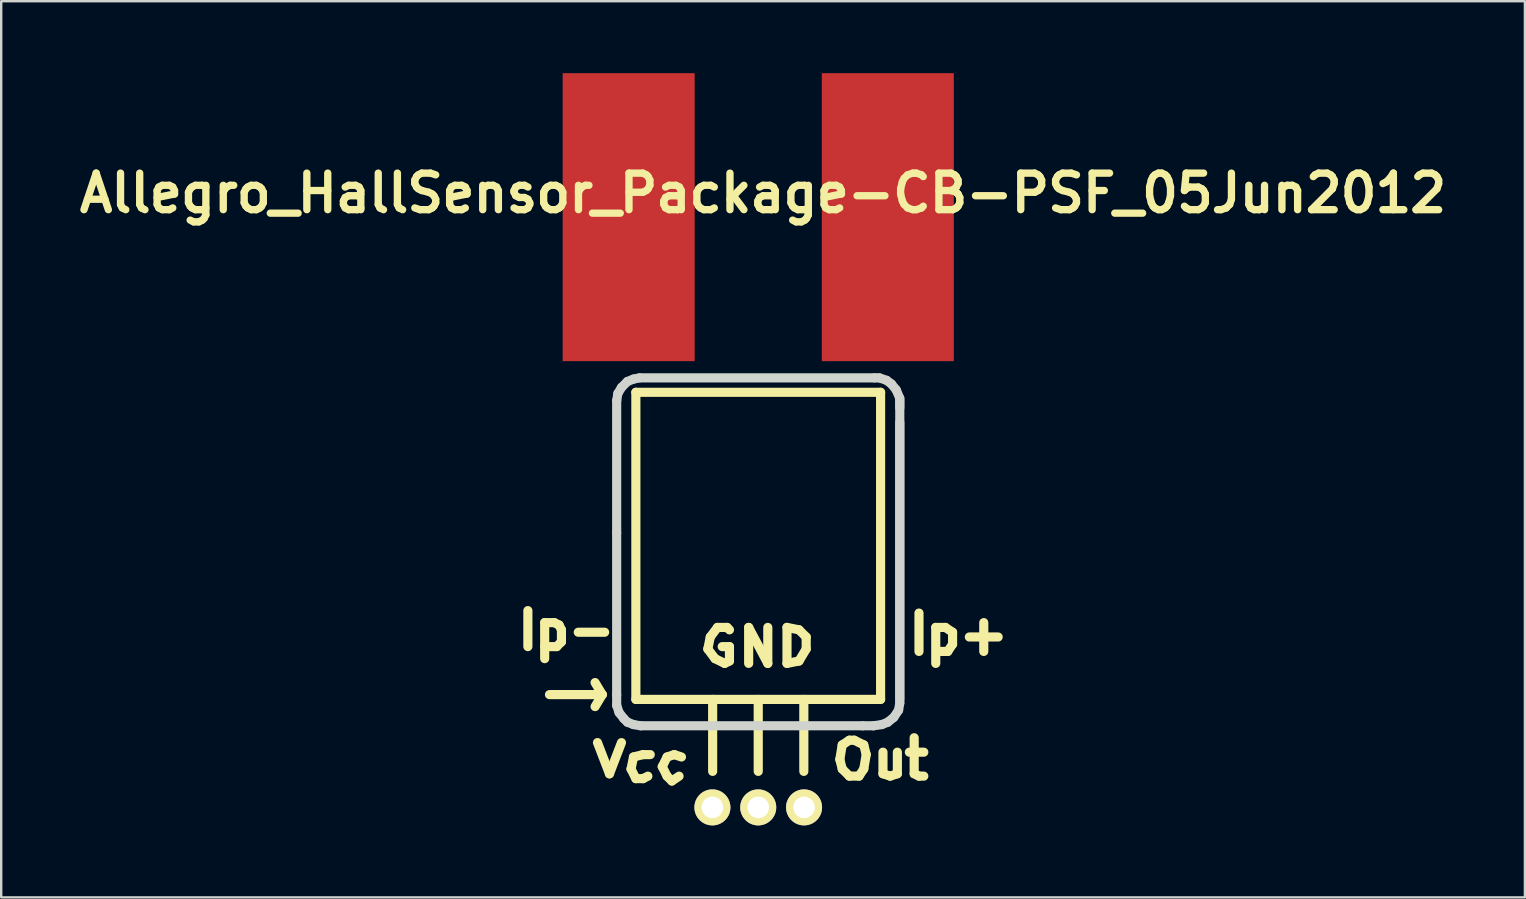
<source format=kicad_pcb>
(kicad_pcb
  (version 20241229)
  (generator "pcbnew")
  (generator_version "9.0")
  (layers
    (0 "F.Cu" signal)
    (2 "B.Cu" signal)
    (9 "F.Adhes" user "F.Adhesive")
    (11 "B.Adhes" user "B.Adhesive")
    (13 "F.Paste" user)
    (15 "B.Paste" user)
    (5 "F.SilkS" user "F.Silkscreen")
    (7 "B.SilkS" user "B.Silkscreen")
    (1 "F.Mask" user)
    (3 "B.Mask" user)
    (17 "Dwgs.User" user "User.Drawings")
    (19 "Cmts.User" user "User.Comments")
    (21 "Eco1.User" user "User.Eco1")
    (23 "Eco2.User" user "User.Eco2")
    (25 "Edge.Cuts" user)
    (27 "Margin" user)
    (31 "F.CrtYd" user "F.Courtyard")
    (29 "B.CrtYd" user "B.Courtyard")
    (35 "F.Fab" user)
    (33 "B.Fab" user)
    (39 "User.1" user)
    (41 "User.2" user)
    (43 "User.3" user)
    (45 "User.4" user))
  (footprint "Allegro_HallSensor_Package-CB-PSF_05Jun2012"
    (layer "F.Cu")
    (at 28.552 19.9)
    (property "Reference" "Allegro_HallSensor_Package-CB-PSF_05Jun2012" (at 0.201 -14.9 0) (layer "F.SilkS") (effects (font (size 1.524 1.524) (thickness 0.305))))
    (attr through_hole)
    (fp_line (start -9.601 2.499) (end -9.601 4) (stroke (width 0.381) (type solid)) (layer "F.SilkS"))
    (fp_line (start -8.9 3) (end -8.9 4.501) (stroke (width 0.381) (type solid)) (layer "F.SilkS"))
    (fp_line (start -8.9 3) (end -8.501 3) (stroke (width 0.381) (type solid)) (layer "F.SilkS"))
    (fp_line (start -8.501 3) (end -8.301 3.099) (stroke (width 0.381) (type solid)) (layer "F.SilkS"))
    (fp_line (start -8.4 4) (end -8.9 4) (stroke (width 0.381) (type solid)) (layer "F.SilkS"))
    (fp_line (start -8.301 3.099) (end -8.202 3.3) (stroke (width 0.381) (type solid)) (layer "F.SilkS"))
    (fp_line (start -8.202 3.3) (end -8.202 3.8) (stroke (width 0.381) (type solid)) (layer "F.SilkS"))
    (fp_line (start -8.202 3.8) (end -8.4 4) (stroke (width 0.381) (type solid)) (layer "F.SilkS"))
    (fp_line (start -6.7 8.001) (end -6.2 9.302) (stroke (width 0.381) (type solid)) (layer "F.SilkS"))
    (fp_line (start -6.5 6) (end -8.7 6) (stroke (width 0.381) (type solid)) (layer "F.SilkS"))
    (fp_line (start -6.5 6) (end -6.8 5.499) (stroke (width 0.381) (type solid)) (layer "F.SilkS"))
    (fp_line (start -6.5 6) (end -6.8 6.5) (stroke (width 0.381) (type solid)) (layer "F.SilkS"))
    (fp_line (start -6.401 3.401) (end -7.501 3.401) (stroke (width 0.381) (type solid)) (layer "F.SilkS"))
    (fp_line (start -6.2 9.302) (end -5.7 8.001) (stroke (width 0.381) (type solid)) (layer "F.SilkS"))
    (fp_line (start -5.301 9.101) (end -5.1 9.502) (stroke (width 0.381) (type solid)) (layer "F.SilkS"))
    (fp_line (start -5.199 8.6) (end -5.301 9.101) (stroke (width 0.381) (type solid)) (layer "F.SilkS"))
    (fp_line (start -5.1 -6.599) (end 5.1 -6.599) (stroke (width 0.381) (type solid)) (layer "F.SilkS"))
    (fp_line (start -5.1 6.2) (end -5.1 -6.599) (stroke (width 0.381) (type solid)) (layer "F.SilkS"))
    (fp_line (start -5.1 9.502) (end -4.801 9.502) (stroke (width 0.381) (type solid)) (layer "F.SilkS"))
    (fp_line (start -4.801 8.501) (end -5.199 8.6) (stroke (width 0.381) (type solid)) (layer "F.SilkS"))
    (fp_line (start -4.801 9.502) (end -4.6 9.4) (stroke (width 0.381) (type solid)) (layer "F.SilkS"))
    (fp_line (start -4.501 8.501) (end -4.801 8.501) (stroke (width 0.381) (type solid)) (layer "F.SilkS"))
    (fp_line (start -4 9.002) (end -3.8 9.4) (stroke (width 0.381) (type solid)) (layer "F.SilkS"))
    (fp_line (start -3.8 8.6) (end -4 9.002) (stroke (width 0.381) (type solid)) (layer "F.SilkS"))
    (fp_line (start -3.8 9.4) (end -3.599 9.601) (stroke (width 0.381) (type solid)) (layer "F.SilkS"))
    (fp_line (start -3.599 9.601) (end -3.3 9.4) (stroke (width 0.381) (type solid)) (layer "F.SilkS"))
    (fp_line (start -3.5 8.501) (end -3.8 8.6) (stroke (width 0.381) (type solid)) (layer "F.SilkS"))
    (fp_line (start -3.2 8.6) (end -3.5 8.501) (stroke (width 0.381) (type solid)) (layer "F.SilkS"))
    (fp_line (start -2.101 4.1) (end -1.801 4.501) (stroke (width 0.381) (type solid)) (layer "F.SilkS"))
    (fp_line (start -1.999 3.599) (end -2.101 4.1) (stroke (width 0.381) (type solid)) (layer "F.SilkS"))
    (fp_line (start -1.9 6.2) (end -1.9 9.2) (stroke (width 0.381) (type solid)) (layer "F.SilkS"))
    (fp_line (start -1.801 4.501) (end -1.399 4.699) (stroke (width 0.381) (type solid)) (layer "F.SilkS"))
    (fp_line (start -1.699 3.2) (end -1.999 3.599) (stroke (width 0.381) (type solid)) (layer "F.SilkS"))
    (fp_line (start -1.399 4.699) (end -1.199 4.6) (stroke (width 0.381) (type solid)) (layer "F.SilkS"))
    (fp_line (start -1.3 3.2) (end -1.699 3.2) (stroke (width 0.381) (type solid)) (layer "F.SilkS"))
    (fp_line (start -1.199 3.3) (end -1.3 3.2) (stroke (width 0.381) (type solid)) (layer "F.SilkS"))
    (fp_line (start -1.199 4) (end -1.501 4) (stroke (width 0.381) (type solid)) (layer "F.SilkS"))
    (fp_line (start -1.199 4.6) (end -1.199 4) (stroke (width 0.381) (type solid)) (layer "F.SilkS"))
    (fp_line (start -0.399 3.2) (end 0.399 4.699) (stroke (width 0.381) (type solid)) (layer "F.SilkS"))
    (fp_line (start -0.399 4.699) (end -0.399 3.2) (stroke (width 0.381) (type solid)) (layer "F.SilkS"))
    (fp_line (start 0 6.2) (end 0 9.2) (stroke (width 0.381) (type solid)) (layer "F.SilkS"))
    (fp_line (start 0.399 4.699) (end 0.399 3.2) (stroke (width 0.381) (type solid)) (layer "F.SilkS"))
    (fp_line (start 1.199 3.2) (end 1.199 4.699) (stroke (width 0.381) (type solid)) (layer "F.SilkS"))
    (fp_line (start 1.199 4.699) (end 1.699 4.6) (stroke (width 0.381) (type solid)) (layer "F.SilkS"))
    (fp_line (start 1.699 3.3) (end 1.199 3.2) (stroke (width 0.381) (type solid)) (layer "F.SilkS"))
    (fp_line (start 1.699 4.6) (end 1.999 4.1) (stroke (width 0.381) (type solid)) (layer "F.SilkS"))
    (fp_line (start 1.9 6.2) (end 1.9 9.2) (stroke (width 0.381) (type solid)) (layer "F.SilkS"))
    (fp_line (start 1.999 3.599) (end 1.699 3.3) (stroke (width 0.381) (type solid)) (layer "F.SilkS"))
    (fp_line (start 1.999 4.1) (end 1.999 3.599) (stroke (width 0.381) (type solid)) (layer "F.SilkS"))
    (fp_line (start 3.401 8.7) (end 3.5 9.098) (stroke (width 0.381) (type solid)) (layer "F.SilkS"))
    (fp_line (start 3.5 8.098) (end 3.401 8.7) (stroke (width 0.381) (type solid)) (layer "F.SilkS"))
    (fp_line (start 3.5 9.098) (end 3.8 9.398) (stroke (width 0.381) (type solid)) (layer "F.SilkS"))
    (fp_line (start 3.8 7.899) (end 3.5 8.098) (stroke (width 0.381) (type solid)) (layer "F.SilkS"))
    (fp_line (start 3.8 9.398) (end 4.201 9.398) (stroke (width 0.381) (type solid)) (layer "F.SilkS"))
    (fp_line (start 4 7.902) (end 3.8 7.902) (stroke (width 0.381) (type solid)) (layer "F.SilkS"))
    (fp_line (start 4.201 9.398) (end 4.399 9.098) (stroke (width 0.381) (type solid)) (layer "F.SilkS"))
    (fp_line (start 4.399 8.098) (end 4 7.899) (stroke (width 0.381) (type solid)) (layer "F.SilkS"))
    (fp_line (start 4.399 9.098) (end 4.501 8.499) (stroke (width 0.381) (type solid)) (layer "F.SilkS"))
    (fp_line (start 4.501 8.499) (end 4.399 8.098) (stroke (width 0.381) (type solid)) (layer "F.SilkS"))
    (fp_line (start 5.1 -6.599) (end 5.1 6.2) (stroke (width 0.381) (type solid)) (layer "F.SilkS"))
    (fp_line (start 5.1 6.2) (end -5.1 6.2) (stroke (width 0.381) (type solid)) (layer "F.SilkS"))
    (fp_line (start 5.199 8.4) (end 5.199 9.299) (stroke (width 0.381) (type solid)) (layer "F.SilkS"))
    (fp_line (start 5.199 9.299) (end 5.499 9.398) (stroke (width 0.381) (type solid)) (layer "F.SilkS"))
    (fp_line (start 5.499 9.398) (end 5.799 9.299) (stroke (width 0.381) (type solid)) (layer "F.SilkS"))
    (fp_line (start 5.799 9.299) (end 5.799 8.4) (stroke (width 0.381) (type solid)) (layer "F.SilkS"))
    (fp_line (start 6.5 7.798) (end 6.5 9.299) (stroke (width 0.381) (type solid)) (layer "F.SilkS"))
    (fp_line (start 6.5 9.299) (end 6.7 9.398) (stroke (width 0.381) (type solid)) (layer "F.SilkS"))
    (fp_line (start 6.7 2.601) (end 6.7 4.201) (stroke (width 0.381) (type solid)) (layer "F.SilkS"))
    (fp_line (start 6.7 9.398) (end 6.901 9.398) (stroke (width 0.381) (type solid)) (layer "F.SilkS"))
    (fp_line (start 6.901 8.4) (end 6.299 8.4) (stroke (width 0.381) (type solid)) (layer "F.SilkS"))
    (fp_line (start 7.399 3.2) (end 7.399 4.699) (stroke (width 0.381) (type solid)) (layer "F.SilkS"))
    (fp_line (start 7.399 3.2) (end 7.8 3.2) (stroke (width 0.381) (type solid)) (layer "F.SilkS"))
    (fp_line (start 7.8 3.2) (end 8.1 3.401) (stroke (width 0.381) (type solid)) (layer "F.SilkS"))
    (fp_line (start 7.899 4.201) (end 7.501 4.201) (stroke (width 0.381) (type solid)) (layer "F.SilkS"))
    (fp_line (start 8.1 3.401) (end 8.1 3.899) (stroke (width 0.381) (type solid)) (layer "F.SilkS"))
    (fp_line (start 8.1 3.899) (end 7.899 4.201) (stroke (width 0.381) (type solid)) (layer "F.SilkS"))
    (fp_line (start 9.4 3) (end 9.4 4.201) (stroke (width 0.381) (type solid)) (layer "F.SilkS"))
    (fp_line (start 10 3.599) (end 8.799 3.599) (stroke (width 0.381) (type solid)) (layer "F.SilkS"))
    (fp_line (start -5.9 -6.251) (end -5.85 -6.551) (stroke (width 0.381) (type solid)) (layer "Edge.Cuts"))
    (fp_line (start -5.9 -0.749) (end -5.9 -6.251) (stroke (width 0.381) (type solid)) (layer "Edge.Cuts"))
    (fp_line (start -5.9 6) (end -5.9 -0.749) (stroke (width 0.381) (type solid)) (layer "Edge.Cuts"))
    (fp_line (start -5.9 6.449) (end -5.9 6) (stroke (width 0.381) (type solid)) (layer "Edge.Cuts"))
    (fp_line (start -5.85 -6.551) (end -5.7 -6.8) (stroke (width 0.381) (type solid)) (layer "Edge.Cuts"))
    (fp_line (start -5.799 6.749) (end -5.9 6.449) (stroke (width 0.381) (type solid)) (layer "Edge.Cuts"))
    (fp_line (start -5.7 -6.8) (end -5.451 -7.051) (stroke (width 0.381) (type solid)) (layer "Edge.Cuts"))
    (fp_line (start -5.601 7) (end -5.799 6.749) (stroke (width 0.381) (type solid)) (layer "Edge.Cuts"))
    (fp_line (start -5.451 -7.051) (end -5.199 -7.15) (stroke (width 0.381) (type solid)) (layer "Edge.Cuts"))
    (fp_line (start -5.451 7.15) (end -5.601 7) (stroke (width 0.381) (type solid)) (layer "Edge.Cuts"))
    (fp_line (start -5.199 -7.15) (end -4.95 -7.201) (stroke (width 0.381) (type solid)) (layer "Edge.Cuts"))
    (fp_line (start -5.199 7.249) (end -5.451 7.15) (stroke (width 0.381) (type solid)) (layer "Edge.Cuts"))
    (fp_line (start -4.95 -7.201) (end 4.849 -7.201) (stroke (width 0.381) (type solid)) (layer "Edge.Cuts"))
    (fp_line (start -4.9 7.3) (end -5.199 7.249) (stroke (width 0.381) (type solid)) (layer "Edge.Cuts"))
    (fp_line (start 4.351 7.3) (end -4.9 7.3) (stroke (width 0.381) (type solid)) (layer "Edge.Cuts"))
    (fp_line (start 4.801 7.3) (end 4.351 7.3) (stroke (width 0.381) (type solid)) (layer "Edge.Cuts"))
    (fp_line (start 4.849 -7.201) (end 5.05 -7.201) (stroke (width 0.381) (type solid)) (layer "Edge.Cuts"))
    (fp_line (start 5.05 -7.201) (end 5.349 -7.099) (stroke (width 0.381) (type solid)) (layer "Edge.Cuts"))
    (fp_line (start 5.151 7.249) (end 4.801 7.3) (stroke (width 0.381) (type solid)) (layer "Edge.Cuts"))
    (fp_line (start 5.349 -7.099) (end 5.55 -6.949) (stroke (width 0.381) (type solid)) (layer "Edge.Cuts"))
    (fp_line (start 5.4 7.15) (end 5.151 7.249) (stroke (width 0.381) (type solid)) (layer "Edge.Cuts"))
    (fp_line (start 5.55 -6.949) (end 5.751 -6.7) (stroke (width 0.381) (type solid)) (layer "Edge.Cuts"))
    (fp_line (start 5.649 6.949) (end 5.4 7.15) (stroke (width 0.381) (type solid)) (layer "Edge.Cuts"))
    (fp_line (start 5.751 -6.7) (end 5.9 -6.35) (stroke (width 0.381) (type solid)) (layer "Edge.Cuts"))
    (fp_line (start 5.85 6.65) (end 5.649 6.949) (stroke (width 0.381) (type solid)) (layer "Edge.Cuts"))
    (fp_line (start 5.9 -6.35) (end 5.9 -5.951) (stroke (width 0.381) (type solid)) (layer "Edge.Cuts"))
    (fp_line (start 5.9 -6.251) (end 5.9 6.35) (stroke (width 0.381) (type solid)) (layer "Edge.Cuts"))
    (fp_line (start 5.9 -5.349) (end 5.9 6.2) (stroke (width 0.381) (type solid)) (layer "Edge.Cuts"))
    (fp_line (start 5.9 6.35) (end 5.85 6.65) (stroke (width 0.381) (type solid)) (layer "Edge.Cuts"))
    (pad "1" thru_hole circle (at -1.91 10.701) (size 1.501 1.501) (drill 0.899) (layers "*.Cu" "*.Mask" "F.SilkS"))
    (pad "2" thru_hole circle (at 0 10.701) (size 1.501 1.501) (drill 0.899) (layers "*.Cu" "*.Mask" "F.SilkS"))
    (pad "3" thru_hole circle (at 1.91 10.701) (size 1.501 1.501) (drill 0.899) (layers "*.Cu" "*.Mask" "F.SilkS"))
    (pad "4" smd rect (at 5.4 -13.899) (size 5.502 12.002) (layers "F.Cu" "F.Mask" "F.Paste"))
    (pad "5" smd rect (at -5.4 -13.899) (size 5.502 12.002) (layers "F.Cu" "F.Mask" "F.Paste")))
  (gr_rect
    (start -3 -3)
    (end 60.506 34.351)
    (stroke (width 0.1) (type default))
    (fill no)
    (layer "Edge.Cuts")))
</source>
